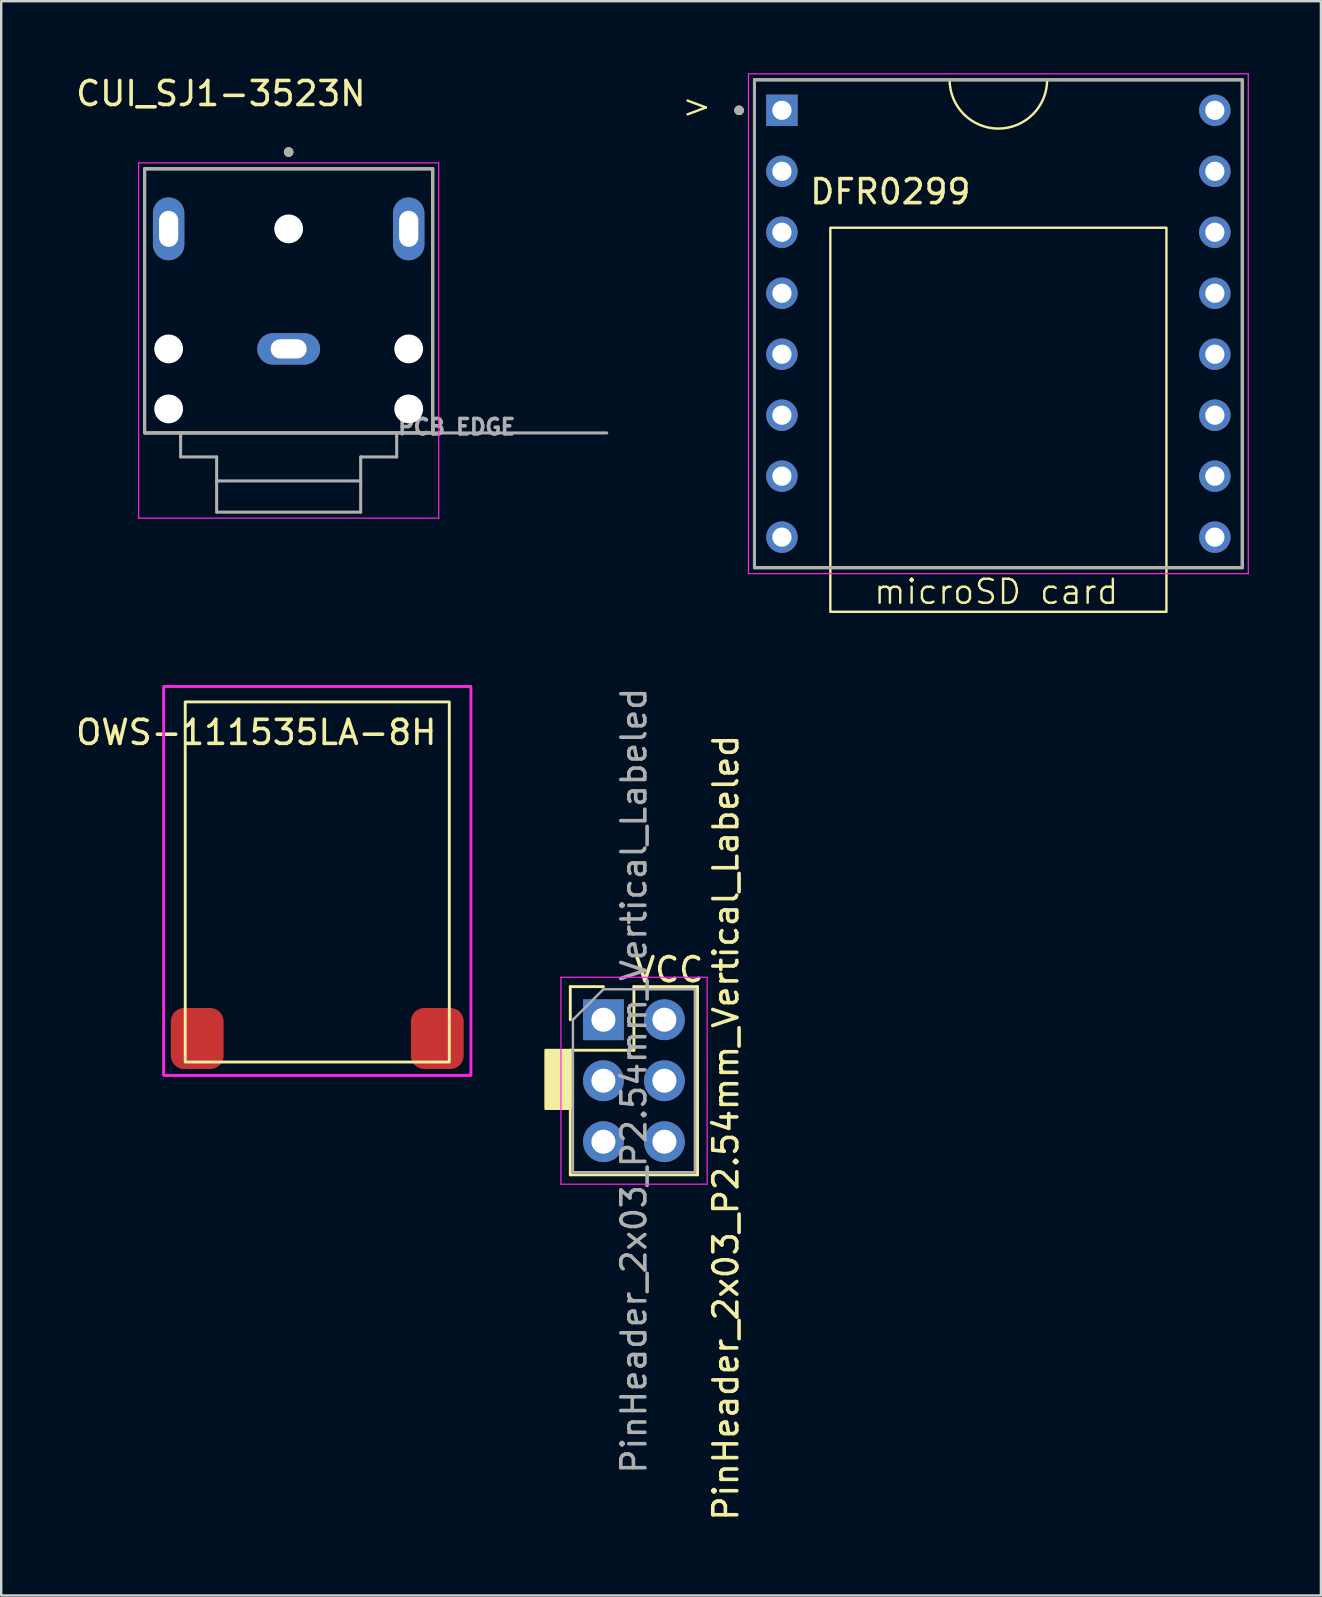
<source format=kicad_pcb>
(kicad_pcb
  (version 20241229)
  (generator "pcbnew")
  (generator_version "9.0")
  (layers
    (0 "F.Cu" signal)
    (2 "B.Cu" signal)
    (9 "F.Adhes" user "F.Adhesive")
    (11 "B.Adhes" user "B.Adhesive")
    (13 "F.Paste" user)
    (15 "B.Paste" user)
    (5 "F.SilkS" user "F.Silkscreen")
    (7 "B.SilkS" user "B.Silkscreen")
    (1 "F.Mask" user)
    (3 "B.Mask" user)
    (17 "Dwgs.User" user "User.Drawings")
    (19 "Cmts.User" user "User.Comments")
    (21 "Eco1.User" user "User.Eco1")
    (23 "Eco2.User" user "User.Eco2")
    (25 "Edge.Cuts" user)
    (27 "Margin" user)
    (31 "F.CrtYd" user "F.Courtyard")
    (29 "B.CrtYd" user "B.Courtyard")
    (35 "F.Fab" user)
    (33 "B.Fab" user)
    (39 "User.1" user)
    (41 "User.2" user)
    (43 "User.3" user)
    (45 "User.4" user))
  (footprint "PinHeader_2x03_P2.54mm_Vertical_Labeled"
    (layer "F.Cu")
    (at 22.085 39.427)
    (property "Reference" "PinHeader_2x03_P2.54mm_Vertical_Labeled" (at 5.1 4.5 270) (layer "F.SilkS") (effects (font (size 1 1) (thickness 0.15))))
    (attr through_hole)
    (fp_line (start -1.38 -1.38) (end 0 -1.38) (stroke (width 0.12) (type solid)) (layer "F.SilkS"))
    (fp_line (start -1.38 0) (end -1.38 -1.38) (stroke (width 0.12) (type solid)) (layer "F.SilkS"))
    (fp_line (start -1.38 1.27) (end -1.38 6.46) (stroke (width 0.12) (type solid)) (layer "F.SilkS"))
    (fp_line (start -1.38 1.27) (end 1.27 1.27) (stroke (width 0.12) (type solid)) (layer "F.SilkS"))
    (fp_line (start -1.38 6.46) (end 3.92 6.46) (stroke (width 0.12) (type solid)) (layer "F.SilkS"))
    (fp_line (start 1.27 -1.38) (end 3.92 -1.38) (stroke (width 0.12) (type solid)) (layer "F.SilkS"))
    (fp_line (start 1.27 1.27) (end 1.27 -1.38) (stroke (width 0.12) (type solid)) (layer "F.SilkS"))
    (fp_line (start 3.92 -1.38) (end 3.92 6.46) (stroke (width 0.12) (type solid)) (layer "F.SilkS"))
    (fp_rect (start -2.4 1.27) (end -1.38 3.7) (stroke (width 0.12) (type solid)) (fill yes) (layer "F.SilkS"))
    (fp_line (start -1.77 -1.77) (end -1.77 6.85) (stroke (width 0.05) (type solid)) (layer "F.CrtYd"))
    (fp_line (start -1.77 6.85) (end 4.32 6.85) (stroke (width 0.05) (type solid)) (layer "F.CrtYd"))
    (fp_line (start 4.32 -1.77) (end -1.77 -1.77) (stroke (width 0.05) (type solid)) (layer "F.CrtYd"))
    (fp_line (start 4.32 6.85) (end 4.32 -1.77) (stroke (width 0.05) (type solid)) (layer "F.CrtYd"))
    (fp_line (start -1.27 0) (end 0 -1.27) (stroke (width 0.1) (type solid)) (layer "F.Fab"))
    (fp_line (start -1.27 6.35) (end -1.27 0) (stroke (width 0.1) (type solid)) (layer "F.Fab"))
    (fp_line (start 0 -1.27) (end 3.81 -1.27) (stroke (width 0.1) (type solid)) (layer "F.Fab"))
    (fp_line (start 3.81 -1.27) (end 3.81 6.35) (stroke (width 0.1) (type solid)) (layer "F.Fab"))
    (fp_line (start 3.81 6.35) (end -1.27 6.35) (stroke (width 0.1) (type solid)) (layer "F.Fab"))
    (fp_text user "VCC" (at 1.2 -1.5 0) (unlocked yes) (layer "F.SilkS") (effects (font (size 1 1) (thickness 0.15)) (justify left bottom)))
    (fp_text user "${REFERENCE}" (at 1.27 2.54 90) (layer "F.Fab") (effects (font (size 1 1) (thickness 0.15))))
    (pad "1" thru_hole rect (at 0 0) (size 1.7 1.7) (drill 1) (layers "*.Cu" "*.Mask"))
    (pad "2" thru_hole circle (at 2.54 0) (size 1.7 1.7) (drill 1) (layers "*.Cu" "*.Mask"))
    (pad "3" thru_hole circle (at 0 2.54) (size 1.7 1.7) (drill 1) (layers "*.Cu" "*.Mask"))
    (pad "4" thru_hole circle (at 2.54 2.54) (size 1.7 1.7) (drill 1) (layers "*.Cu" "*.Mask"))
    (pad "5" thru_hole circle (at 0 5.08) (size 1.7 1.7) (drill 1) (layers "*.Cu" "*.Mask"))
    (pad "6" thru_hole circle (at 2.54 5.08) (size 1.7 1.7) (drill 1) (layers "*.Cu" "*.Mask")))
  (footprint "DFR0299"
    (layer "F.Cu")
    (at 38.537 10.435)
    (property "Reference" "DFR0299" (at -4.5 -5.5 0) (layer "F.SilkS") (effects (font (size 1 1) (thickness 0.15))))
    (attr through_hole)
    (fp_line (start -10.16 -10.16) (end 10.16 -10.16) (stroke (width 0.127) (type solid)) (layer "F.SilkS"))
    (fp_line (start -10.16 10.16) (end -10.16 -10.16) (stroke (width 0.127) (type solid)) (layer "F.SilkS"))
    (fp_line (start 10.16 -10.16) (end 10.16 10.16) (stroke (width 0.127) (type solid)) (layer "F.SilkS"))
    (fp_line (start 10.16 10.16) (end -10.16 10.16) (stroke (width 0.127) (type solid)) (layer "F.SilkS"))
    (fp_rect (start -7 -4) (end 7 12) (stroke (width 0.1) (type default)) (fill no) (layer "F.SilkS"))
    (fp_arc (start 2.031019 -10.16) (mid 0 -8.128981) (end -2.031019 -10.16) (stroke (width 0.1) (type default)) (layer "F.SilkS"))
    (fp_circle (center -10.8 -8.89) (end -10.7 -8.89) (stroke (width 0.2) (type solid)) (fill no) (layer "F.SilkS"))
    (fp_line (start -10.41 -10.41) (end 10.41 -10.41) (stroke (width 0.05) (type solid)) (layer "F.CrtYd"))
    (fp_line (start -10.41 10.41) (end -10.41 -10.41) (stroke (width 0.05) (type solid)) (layer "F.CrtYd"))
    (fp_line (start 10.41 -10.41) (end 10.41 10.41) (stroke (width 0.05) (type solid)) (layer "F.CrtYd"))
    (fp_line (start 10.41 10.41) (end -10.41 10.41) (stroke (width 0.05) (type solid)) (layer "F.CrtYd"))
    (fp_line (start -10.16 -10.16) (end 10.16 -10.16) (stroke (width 0.127) (type solid)) (layer "F.Fab"))
    (fp_line (start -10.16 10.16) (end -10.16 -10.16) (stroke (width 0.127) (type solid)) (layer "F.Fab"))
    (fp_line (start 10.16 -10.16) (end 10.16 10.16) (stroke (width 0.127) (type solid)) (layer "F.Fab"))
    (fp_line (start 10.16 10.16) (end -10.16 10.16) (stroke (width 0.127) (type solid)) (layer "F.Fab"))
    (fp_circle (center -10.8 -8.89) (end -10.7 -8.89) (stroke (width 0.2) (type solid)) (fill no) (layer "F.Fab"))
    (fp_text user "microSD card" (at -5.25 11.75 0) (unlocked yes) (layer "F.SilkS") (effects (font (size 1 1) (thickness 0.1)) (justify left bottom)))
    (fp_text user ">" (at -13.25 -8.5 0) (unlocked yes) (layer "F.SilkS") (effects (font (size 1 1) (thickness 0.1)) (justify left bottom)))
    (pad "1" thru_hole rect (at -9.017 -8.89) (size 1.308 1.308) (drill 0.8) (layers "*.Cu" "*.Mask"))
    (pad "2" thru_hole circle (at -9.017 -6.35) (size 1.308 1.308) (drill 0.8) (layers "*.Cu" "*.Mask"))
    (pad "3" thru_hole circle (at -9.017 -3.81) (size 1.308 1.308) (drill 0.8) (layers "*.Cu" "*.Mask"))
    (pad "4" thru_hole circle (at -9.017 -1.27) (size 1.308 1.308) (drill 0.8) (layers "*.Cu" "*.Mask"))
    (pad "5" thru_hole circle (at -9.017 1.27) (size 1.308 1.308) (drill 0.8) (layers "*.Cu" "*.Mask"))
    (pad "6" thru_hole circle (at -9.017 3.81) (size 1.308 1.308) (drill 0.8) (layers "*.Cu" "*.Mask"))
    (pad "7" thru_hole circle (at -9.017 6.35) (size 1.308 1.308) (drill 0.8) (layers "*.Cu" "*.Mask"))
    (pad "8" thru_hole circle (at -9.017 8.89) (size 1.308 1.308) (drill 0.8) (layers "*.Cu" "*.Mask"))
    (pad "9" thru_hole circle (at 9.017 8.89) (size 1.308 1.308) (drill 0.8) (layers "*.Cu" "*.Mask"))
    (pad "10" thru_hole circle (at 9.017 6.35) (size 1.308 1.308) (drill 0.8) (layers "*.Cu" "*.Mask"))
    (pad "11" thru_hole circle (at 9.017 3.81) (size 1.308 1.308) (drill 0.8) (layers "*.Cu" "*.Mask"))
    (pad "12" thru_hole circle (at 9.017 1.27) (size 1.308 1.308) (drill 0.8) (layers "*.Cu" "*.Mask"))
    (pad "13" thru_hole circle (at 9.017 -1.27) (size 1.308 1.308) (drill 0.8) (layers "*.Cu" "*.Mask"))
    (pad "14" thru_hole circle (at 9.017 -3.81) (size 1.308 1.308) (drill 0.8) (layers "*.Cu" "*.Mask"))
    (pad "15" thru_hole circle (at 9.017 -6.35) (size 1.308 1.308) (drill 0.8) (layers "*.Cu" "*.Mask"))
    (pad "16" thru_hole circle (at 9.017 -8.89) (size 1.308 1.308) (drill 0.8) (layers "*.Cu" "*.Mask")))
  (footprint "CUI_SJ1-3523N"
    (layer "F.Cu")
    (at 8.974 11.483)
    (property "Reference" "CUI_SJ1-3523N" (at -2.825 -10.635 0) (layer "F.SilkS") (effects (font (size 1 1) (thickness 0.15))))
    (attr through_hole)
    (fp_line (start -6 -7.5) (end -6 3.5) (stroke (width 0.127) (type solid)) (layer "F.SilkS"))
    (fp_line (start -6 -7.5) (end 6 -7.5) (stroke (width 0.127) (type solid)) (layer "F.SilkS"))
    (fp_line (start -6 3.5) (end 6 3.5) (stroke (width 0.127) (type solid)) (layer "F.SilkS"))
    (fp_line (start 6 -7.5) (end 6 3.5) (stroke (width 0.127) (type solid)) (layer "F.SilkS"))
    (fp_circle (center 0 -8.2) (end 0.1 -8.2) (stroke (width 0.2) (type solid)) (fill no) (layer "F.SilkS"))
    (fp_line (start -6.25 -7.75) (end -6.25 7.05) (stroke (width 0.05) (type solid)) (layer "F.CrtYd"))
    (fp_line (start -6.25 7.05) (end 6.25 7.05) (stroke (width 0.05) (type solid)) (layer "F.CrtYd"))
    (fp_line (start 6.25 -7.75) (end -6.25 -7.75) (stroke (width 0.05) (type solid)) (layer "F.CrtYd"))
    (fp_line (start 6.25 7.05) (end 6.25 -7.75) (stroke (width 0.05) (type solid)) (layer "F.CrtYd"))
    (fp_line (start -6 -7.5) (end -6 3.5) (stroke (width 0.127) (type solid)) (layer "F.Fab"))
    (fp_line (start -6 -7.5) (end 6 -7.5) (stroke (width 0.127) (type solid)) (layer "F.Fab"))
    (fp_line (start -6 3.5) (end -4.5 3.5) (stroke (width 0.127) (type solid)) (layer "F.Fab"))
    (fp_line (start -4.5 3.5) (end -4.5 4.5) (stroke (width 0.127) (type solid)) (layer "F.Fab"))
    (fp_line (start -4.5 3.5) (end 4.5 3.5) (stroke (width 0.127) (type solid)) (layer "F.Fab"))
    (fp_line (start -4.5 4.5) (end -3 4.5) (stroke (width 0.127) (type solid)) (layer "F.Fab"))
    (fp_line (start -3 4.5) (end -3 5.5) (stroke (width 0.127) (type solid)) (layer "F.Fab"))
    (fp_line (start -3 5.5) (end -3 6.8) (stroke (width 0.127) (type solid)) (layer "F.Fab"))
    (fp_line (start -3 5.5) (end 3 5.5) (stroke (width 0.127) (type solid)) (layer "F.Fab"))
    (fp_line (start -3 6.8) (end 3 6.8) (stroke (width 0.127) (type solid)) (layer "F.Fab"))
    (fp_line (start 3 4.5) (end 4.5 4.5) (stroke (width 0.127) (type solid)) (layer "F.Fab"))
    (fp_line (start 3 5.5) (end 3 4.5) (stroke (width 0.127) (type solid)) (layer "F.Fab"))
    (fp_line (start 3 6.8) (end 3 5.5) (stroke (width 0.127) (type solid)) (layer "F.Fab"))
    (fp_line (start 4.5 3.5) (end 6 3.5) (stroke (width 0.127) (type solid)) (layer "F.Fab"))
    (fp_line (start 4.5 4.5) (end 4.5 3.5) (stroke (width 0.127) (type solid)) (layer "F.Fab"))
    (fp_line (start 6 -7.5) (end 6 3.5) (stroke (width 0.127) (type solid)) (layer "F.Fab"))
    (fp_line (start 6 3.5) (end 13.25 3.5) (stroke (width 0.127) (type solid)) (layer "F.Fab"))
    (fp_circle (center 0 -8.2) (end 0.1 -8.2) (stroke (width 0.2) (type solid)) (fill no) (layer "F.Fab"))
    (fp_text user "PCB EDGE" (at 7 3.25 0) (layer "F.Fab") (effects (font (size 0.64 0.64) (thickness 0.15))))
    (pad "" np_thru_hole circle (at -5 0) (size 1.2 1.2) (drill 1.2) (layers "*.Cu" "*.Mask"))
    (pad "" np_thru_hole circle (at -5 2.5) (size 1.2 1.2) (drill 1.2) (layers "*.Cu" "*.Mask"))
    (pad "" np_thru_hole circle (at 0 -5) (size 1.2 1.2) (drill 1.2) (layers "*.Cu" "*.Mask"))
    (pad "" np_thru_hole circle (at 5 0) (size 1.2 1.2) (drill 1.2) (layers "*.Cu" "*.Mask"))
    (pad "" np_thru_hole circle (at 5 2.5) (size 1.2 1.2) (drill 1.2) (layers "*.Cu" "*.Mask"))
    (pad "1" thru_hole oval (at 0 0) (size 2.616 1.308) (drill oval 1.5 0.8) (layers "*.Cu" "*.Mask"))
    (pad "2" thru_hole oval (at 5 -5) (size 1.308 2.616) (drill oval 0.8 1.5) (layers "*.Cu" "*.Mask"))
    (pad "3" thru_hole oval (at -5 -5) (size 1.308 2.616) (drill oval 0.8 1.5) (layers "*.Cu" "*.Mask")))
  (footprint "OWS-111535LA-8H"
    (layer "F.Cu")
    (at 10.165 33.808)
    (property "Reference" "OWS-111535LA-8H" (at -2.54 -6.35 0) (unlocked yes) (layer "F.SilkS") (effects (font (size 1 1) (thickness 0.15))))
    (attr smd)
    (fp_rect (start -5.5 -7.62) (end 5.5 7.38) (stroke (width 0.12) (type default)) (fill no) (layer "F.SilkS"))
    (fp_rect (start -6.4 -8.263) (end 6.4 7.937) (stroke (width 0.12) (type default)) (fill no) (layer "F.CrtYd"))
    (pad "1" smd roundrect (at 5 6.4) (size 2.2 2.54) (layers "F.Cu" "F.Mask" "F.Paste") (roundrect_rratio 0.25))
    (pad "2" smd roundrect (at -5 6.4) (size 2.2 2.54) (layers "F.Cu" "F.Mask" "F.Paste") (roundrect_rratio 0.25)))
  (gr_rect
    (start -3 -3)
    (end 51.972 63.409)
    (stroke (width 0.1) (type default))
    (fill no)
    (layer "Edge.Cuts")))
</source>
